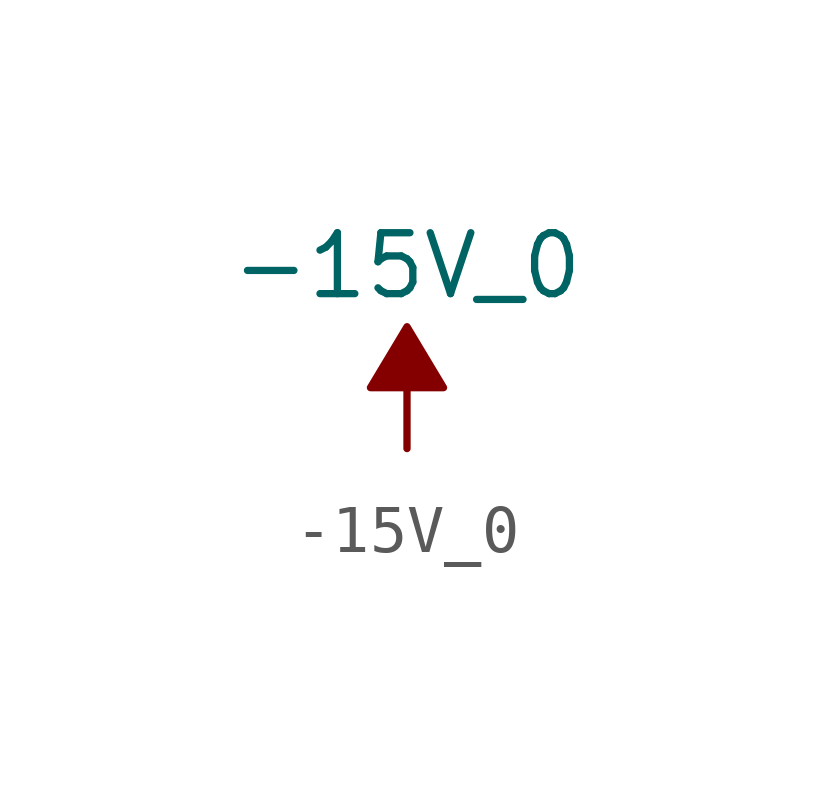
<source format=kicad_sym>
(kicad_symbol_lib
  (version 20211014)
  (generator kicad_symbol_editor)
  (symbol "-15V_0"
    (power)
    (pin_names
      (offset 0))
    (property "Reference" "#PWR"
      (at 0 2.54 0)
      (effects (font (size 1.27 1.27)) hide))
    (property "Value" "-15V_0"
      (at 0 3.81 0)
      (effects (font (size 1.27 1.27))))
    (symbol "-15V_0_0_0"
      (pin power_in line (at 0 0 90) (length 0) hide (name "-15V_0" (effects (font (size 1.27 1.27)))) (number "1" (effects (font (size 1.27 1.27))))))
    (symbol "-15V_0_0_1"
      (polyline (pts (xy 0 0) (xy 0 1.27) (xy 0.762 1.27) (xy 0 2.54) (xy -0.762 1.27) (xy 0 1.27)) (stroke (width 0) (type default) (color 0 0 0 0)) (fill (type outline))))))
</source>
